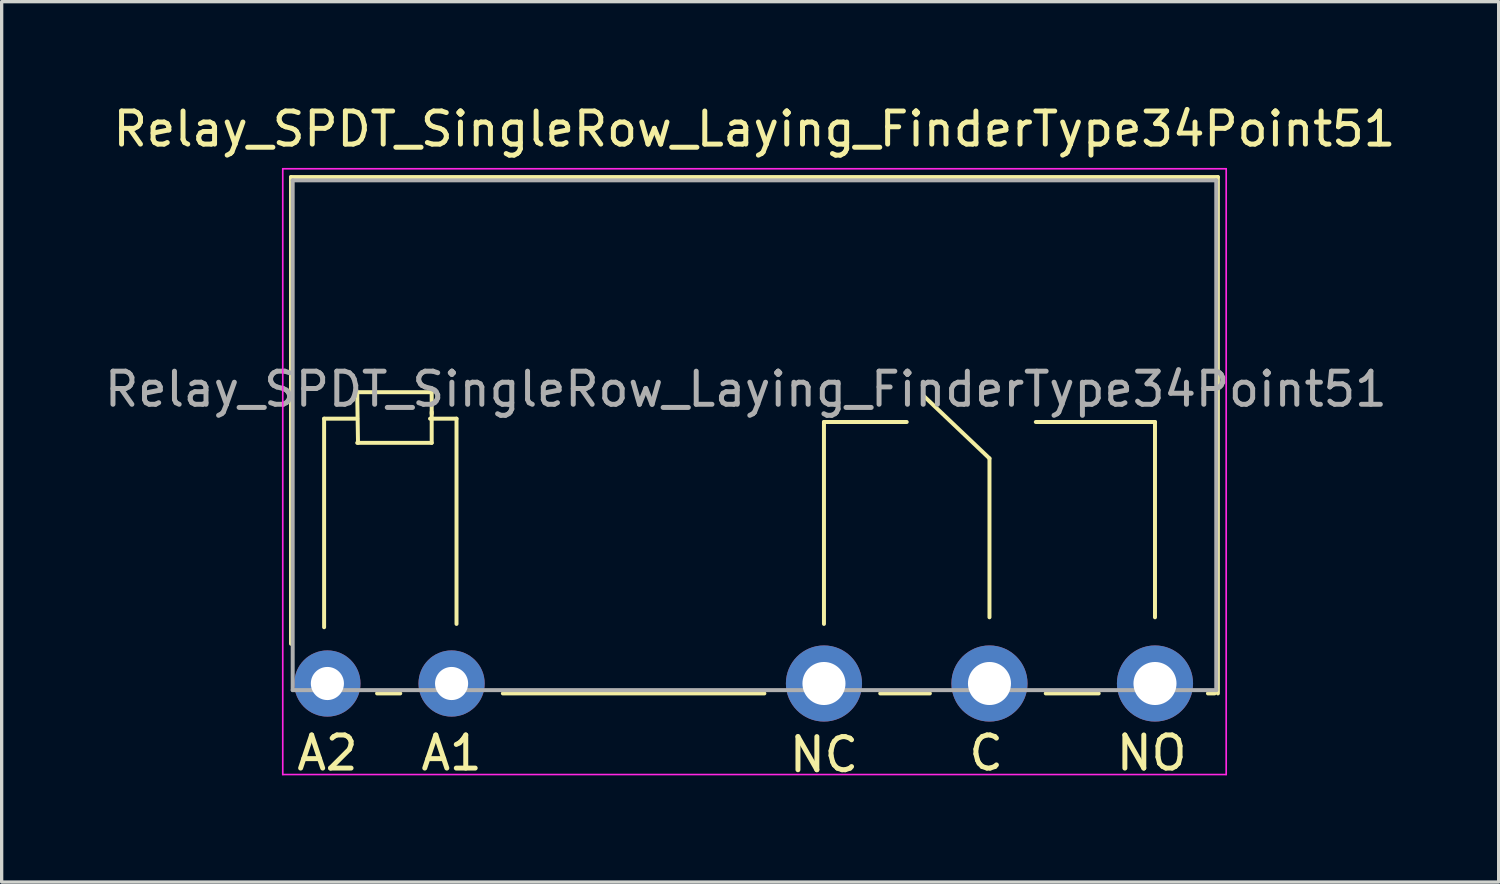
<source format=kicad_pcb>
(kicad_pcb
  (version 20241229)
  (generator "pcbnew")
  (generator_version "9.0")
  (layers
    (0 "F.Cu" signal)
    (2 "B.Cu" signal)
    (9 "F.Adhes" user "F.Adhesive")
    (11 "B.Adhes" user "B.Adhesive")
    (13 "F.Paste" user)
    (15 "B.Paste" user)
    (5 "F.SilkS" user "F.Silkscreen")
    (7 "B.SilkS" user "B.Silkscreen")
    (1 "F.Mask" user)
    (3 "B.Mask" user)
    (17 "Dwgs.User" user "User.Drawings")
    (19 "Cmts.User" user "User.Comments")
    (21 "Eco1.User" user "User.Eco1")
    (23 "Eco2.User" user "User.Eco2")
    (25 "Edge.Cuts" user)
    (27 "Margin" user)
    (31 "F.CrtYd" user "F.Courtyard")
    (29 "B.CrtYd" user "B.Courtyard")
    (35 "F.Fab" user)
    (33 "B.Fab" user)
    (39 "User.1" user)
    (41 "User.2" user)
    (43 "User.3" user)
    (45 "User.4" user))
  (footprint "Relay_SPDT_SingleRow_Laying_FinderType34Point51"
    (layer "F.Cu")
    (at 10.592 17.598)
    (property "Reference" "Relay_SPDT_SingleRow_Laying_FinderType34Point51" (at 9.149 -16.75 0) (layer "F.SilkS") (effects (font (size 1 1) (thickness 0.15))))
    (attr through_hole)
    (fp_line (start -4.851 -15.3) (end -4.851 -1.2) (stroke (width 0.12) (type solid)) (layer "F.SilkS"))
    (fp_line (start -3.851 -8) (end -3.851 -1.7) (stroke (width 0.12) (type solid)) (layer "F.SilkS"))
    (fp_line (start -2.851 -8.8) (end -2.827 -7.27) (stroke (width 0.12) (type solid)) (layer "F.SilkS"))
    (fp_line (start -2.851 -8) (end -3.851 -8) (stroke (width 0.12) (type solid)) (layer "F.SilkS"))
    (fp_line (start -2.851 -7.27) (end -0.601 -7.27) (stroke (width 0.12) (type solid)) (layer "F.SilkS"))
    (fp_line (start -1.551 0.3) (end -2.251 0.3) (stroke (width 0.12) (type solid)) (layer "F.SilkS"))
    (fp_line (start -0.651 -8) (end 0.149 -8) (stroke (width 0.12) (type solid)) (layer "F.SilkS"))
    (fp_line (start -0.601 -8.8) (end -2.827 -8.8) (stroke (width 0.12) (type solid)) (layer "F.SilkS"))
    (fp_line (start -0.601 -8.15) (end -0.601 -8.8) (stroke (width 0.12) (type solid)) (layer "F.SilkS"))
    (fp_line (start -0.601 -7.27) (end -0.601 -8.2) (stroke (width 0.12) (type solid)) (layer "F.SilkS"))
    (fp_line (start 0.149 -8) (end 0.149 -1.8) (stroke (width 0.12) (type solid)) (layer "F.SilkS"))
    (fp_line (start 9.449 0.3) (end 1.549 0.3) (stroke (width 0.12) (type solid)) (layer "F.SilkS"))
    (fp_line (start 11.249 -7.9) (end 11.249 -1.8) (stroke (width 0.12) (type solid)) (layer "F.SilkS"))
    (fp_line (start 13.749 -7.9) (end 11.249 -7.9) (stroke (width 0.12) (type solid)) (layer "F.SilkS"))
    (fp_line (start 14.449 0.3) (end 12.949 0.3) (stroke (width 0.12) (type solid)) (layer "F.SilkS"))
    (fp_line (start 16.249 -6.8) (end 14.249 -8.7) (stroke (width 0.12) (type solid)) (layer "F.SilkS"))
    (fp_line (start 16.249 -2) (end 16.249 -6.8) (stroke (width 0.12) (type solid)) (layer "F.SilkS"))
    (fp_line (start 17.649 -7.9) (end 21.249 -7.9) (stroke (width 0.12) (type solid)) (layer "F.SilkS"))
    (fp_line (start 19.549 0.3) (end 17.949 0.3) (stroke (width 0.12) (type solid)) (layer "F.SilkS"))
    (fp_line (start 21.249 -7.9) (end 21.249 -2) (stroke (width 0.12) (type solid)) (layer "F.SilkS"))
    (fp_line (start 23.049 0.3) (end 22.849 0.3) (stroke (width 0.12) (type solid)) (layer "F.SilkS"))
    (fp_line (start 23.149 -15.3) (end -4.851 -15.3) (stroke (width 0.12) (type solid)) (layer "F.SilkS"))
    (fp_line (start 23.149 -15.3) (end 23.149 0.3) (stroke (width 0.12) (type solid)) (layer "F.SilkS"))
    (fp_line (start -5.1 2.75) (end -5.1 -15.55) (stroke (width 0.05) (type solid)) (layer "F.CrtYd"))
    (fp_line (start 23.4 -15.55) (end -5.1 -15.55) (stroke (width 0.05) (type solid)) (layer "F.CrtYd"))
    (fp_line (start 23.4 2.75) (end -5.1 2.75) (stroke (width 0.05) (type solid)) (layer "F.CrtYd"))
    (fp_line (start 23.4 2.75) (end 23.4 -15.55) (stroke (width 0.05) (type solid)) (layer "F.CrtYd"))
    (fp_line (start -4.8 -15.2) (end 23.1 -15.2) (stroke (width 0.12) (type solid)) (layer "F.Fab"))
    (fp_line (start -4.8 0.2) (end -4.8 -15.2) (stroke (width 0.12) (type solid)) (layer "F.Fab"))
    (fp_line (start 23.1 -15.2) (end 23.1 0.2) (stroke (width 0.12) (type solid)) (layer "F.Fab"))
    (fp_line (start 23.1 0.2) (end -4.8 0.2) (stroke (width 0.12) (type solid)) (layer "F.Fab"))
    (fp_text user "NC" (at 11.249 2.15 0) (layer "F.SilkS") (effects (font (size 1 1) (thickness 0.15))))
    (fp_text user "A2" (at -3.751 2.1 0) (layer "F.SilkS") (effects (font (size 1 1) (thickness 0.15))))
    (fp_text user "A1" (at -0.001 2.1 0) (layer "F.SilkS") (effects (font (size 1 1) (thickness 0.15))))
    (fp_text user "C" (at 16.149 2.1 0) (layer "F.SilkS") (effects (font (size 1 1) (thickness 0.15))))
    (fp_text user "NO" (at 21.149 2.1 0) (layer "F.SilkS") (effects (font (size 1 1) (thickness 0.15))))
    (fp_text user "${REFERENCE}" (at 8.89 -8.89 0) (layer "F.Fab") (effects (font (size 1 1) (thickness 0.15))))
    (pad "11" thru_hole circle (at 16.249 0) (size 2.3 2.3) (drill 1.3) (layers "*.Cu" "*.Mask"))
    (pad "12" thru_hole circle (at 11.249 0) (size 2.3 2.3) (drill 1.3) (layers "*.Cu" "*.Mask"))
    (pad "14" thru_hole circle (at 21.249 0) (size 2.3 2.3) (drill 1.3) (layers "*.Cu" "*.Mask"))
    (pad "A1" thru_hole circle (at 0 0) (size 2 2) (drill 1) (layers "*.Cu" "*.Mask"))
    (pad "A2" thru_hole circle (at -3.752 0) (size 2 2) (drill 1) (layers "*.Cu" "*.Mask")))
  (gr_rect
    (start -3 -3)
    (end 42.223 23.596)
    (stroke (width 0.1) (type default))
    (fill no)
    (layer "Edge.Cuts")))
</source>
